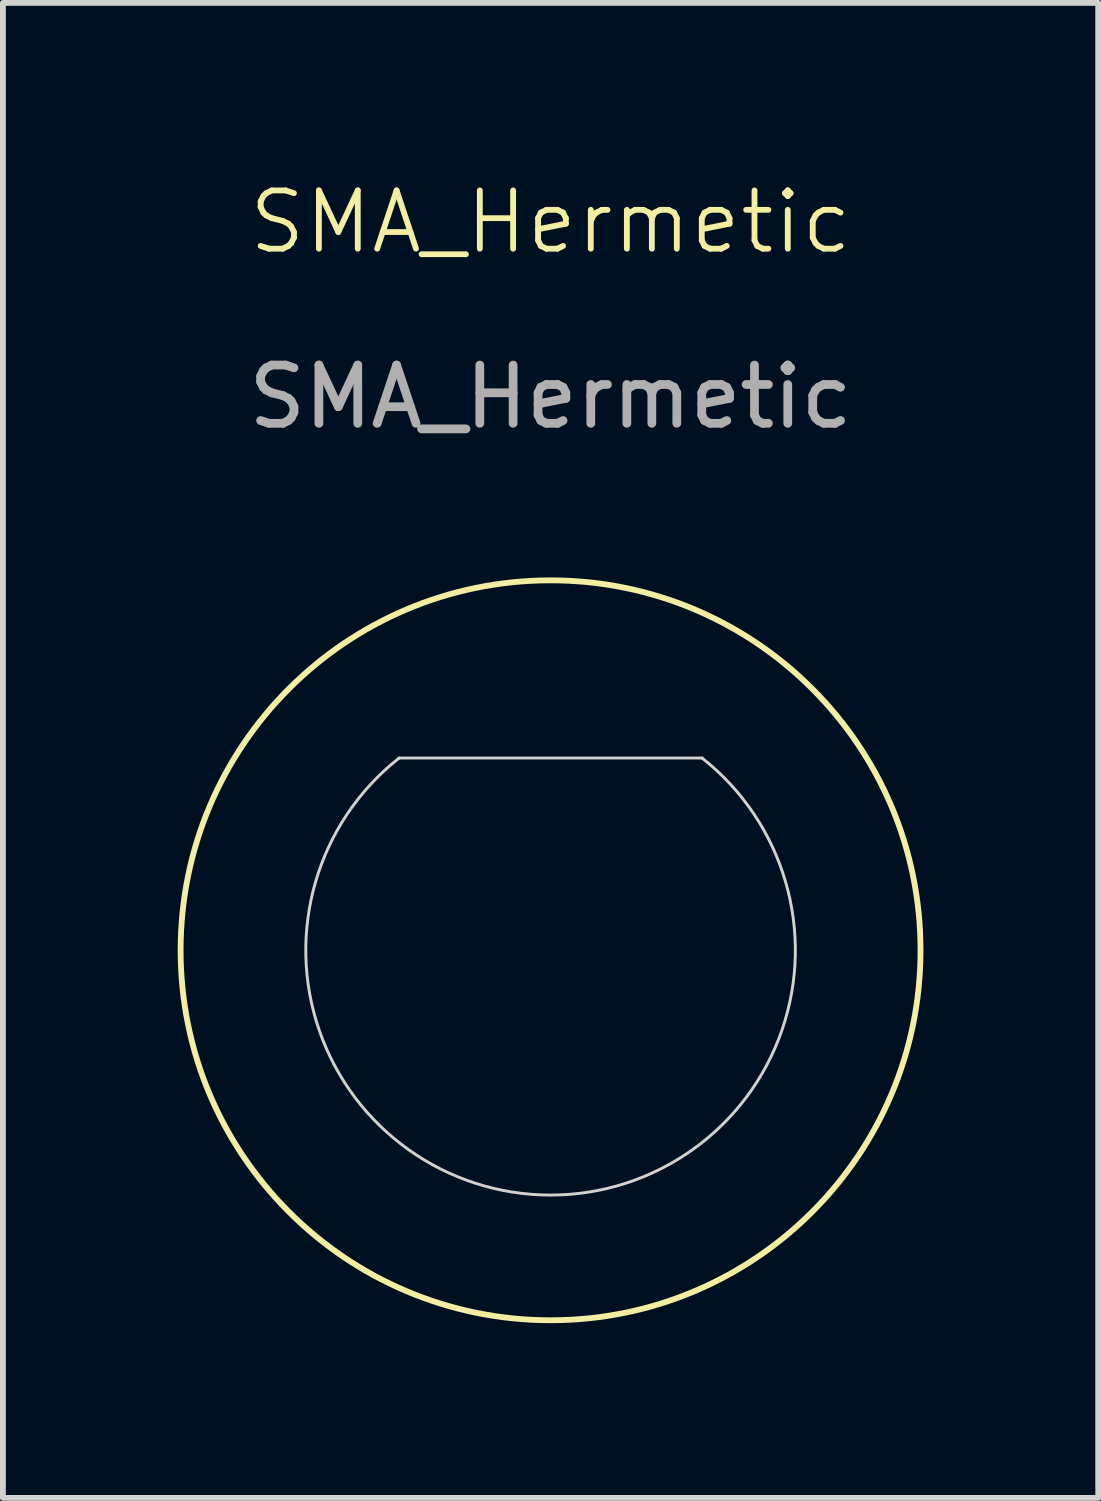
<source format=kicad_pcb>
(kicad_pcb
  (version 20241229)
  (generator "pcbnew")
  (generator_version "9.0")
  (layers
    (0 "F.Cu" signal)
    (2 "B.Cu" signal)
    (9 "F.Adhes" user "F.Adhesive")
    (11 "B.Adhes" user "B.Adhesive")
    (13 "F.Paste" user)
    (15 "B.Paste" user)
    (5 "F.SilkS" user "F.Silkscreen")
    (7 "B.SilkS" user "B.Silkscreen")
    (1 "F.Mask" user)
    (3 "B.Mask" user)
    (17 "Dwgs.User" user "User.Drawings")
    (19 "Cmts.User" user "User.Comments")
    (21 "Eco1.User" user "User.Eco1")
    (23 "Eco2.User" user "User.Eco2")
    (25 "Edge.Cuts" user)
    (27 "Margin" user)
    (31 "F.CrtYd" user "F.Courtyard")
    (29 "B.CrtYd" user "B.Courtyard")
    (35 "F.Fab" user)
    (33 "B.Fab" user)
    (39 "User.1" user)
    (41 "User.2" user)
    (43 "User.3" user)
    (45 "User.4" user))
  (footprint "SMA_Hermetic"
    (layer "F.Cu")
    (at 6.4 13.261)
    (property "Reference" "SMA_Hermetic" (at 0 -12.5 0) (unlocked yes) (layer "F.SilkS") (effects (font (size 1 1) (thickness 0.1))))
    (attr through_hole)
    (fp_circle (center 0 0) (end 5.3 0.05) (stroke (width 2.15) (type default)) (fill no) (layer "F.Mask"))
    (fp_circle (center 0 0) (end 5.3 0) (stroke (width 2.15) (type default)) (fill no) (layer "B.Mask"))
    (fp_circle (center 0 0) (end 6.35 0) (stroke (width 0.1) (type default)) (fill no) (layer "F.SilkS"))
    (fp_line (start -2.6 -3.3) (end 2.6 -3.3) (stroke (width 0.05) (type default)) (layer "Edge.Cuts"))
    (fp_arc (start 2.6 -3.3) (mid 0 4.20119) (end -2.6 -3.3) (stroke (width 0.05) (type default)) (layer "Edge.Cuts"))
    (fp_text user "${REFERENCE}" (at 0 -9.5 0) (unlocked yes) (layer "F.Fab") (effects (font (size 1 1) (thickness 0.15)))))
  (gr_rect
    (start -3 -3)
    (end 15.8 22.66)
    (stroke (width 0.1) (type default))
    (fill no)
    (layer "Edge.Cuts")))
</source>
